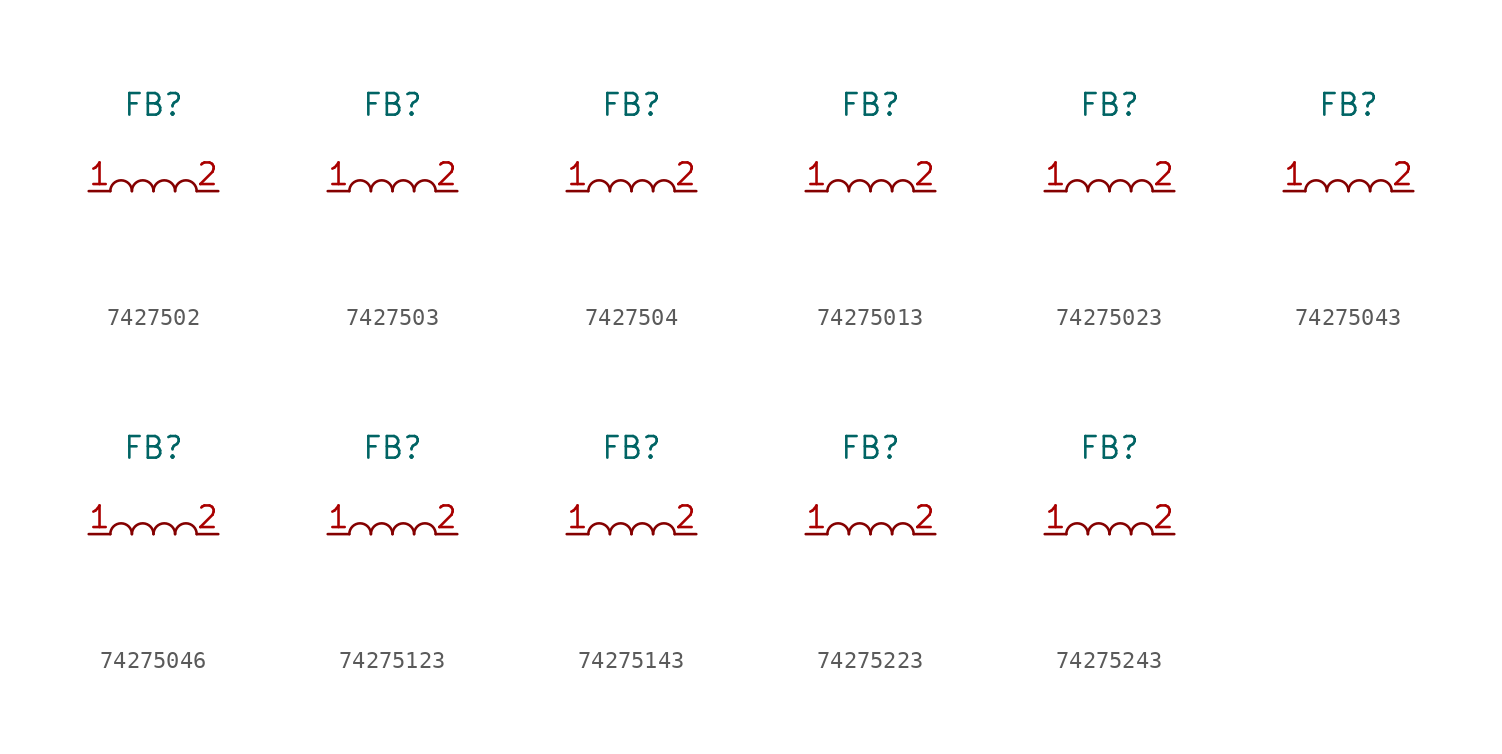
<source format=kicad_sym>
(kicad_symbol_lib
  (version 20220914)
  (generator kicad_symbol_editor)
  (symbol "7427502"
    (pin_names hide)
    (property "Reference" "FB"
      (at 0 5.08 0)
      (effects (font (size 1.27 1.27))))
    (property "Critical Parameter" ""
      (at 0 -5.08 0)
      (effects (font (size 1.27 1.27)) (justify left)))
    (symbol "7427502_0_1"
      (arc (start -1.27 0) (mid -1.905 0.6323) (end -2.54 0) (stroke (width 0) (type default)) (fill (type none)))
      (arc (start 0 0) (mid -0.635 0.6323) (end -1.27 0) (stroke (width 0) (type default)) (fill (type none)))
      (arc (start 1.27 0) (mid 0.635 0.6323) (end 0 0) (stroke (width 0) (type default)) (fill (type none)))
      (arc (start 2.54 0) (mid 1.905 0.6323) (end 1.27 0) (stroke (width 0) (type default)) (fill (type none))))
    (symbol "7427502_1_1"
      (pin passive line (at -3.81 0 0) (length 1.27) (name "1" (effects (font (size 1.27 1.27)))) (number "1" (effects (font (size 1.27 1.27)))))
      (pin passive line (at 3.81 0 180) (length 1.27) (name "2" (effects (font (size 1.27 1.27)))) (number "2" (effects (font (size 1.27 1.27)))))))
  (symbol "7427503"
    (pin_names hide)
    (property "Reference" "FB"
      (at 0 5.08 0)
      (effects (font (size 1.27 1.27))))
    (property "Critical Parameter" ""
      (at 0 -5.08 0)
      (effects (font (size 1.27 1.27)) (justify left)))
    (symbol "7427503_0_1"
      (arc (start -1.27 0) (mid -1.905 0.6323) (end -2.54 0) (stroke (width 0) (type default)) (fill (type none)))
      (arc (start 0 0) (mid -0.635 0.6323) (end -1.27 0) (stroke (width 0) (type default)) (fill (type none)))
      (arc (start 1.27 0) (mid 0.635 0.6323) (end 0 0) (stroke (width 0) (type default)) (fill (type none)))
      (arc (start 2.54 0) (mid 1.905 0.6323) (end 1.27 0) (stroke (width 0) (type default)) (fill (type none))))
    (symbol "7427503_1_1"
      (pin passive line (at -3.81 0 0) (length 1.27) (name "1" (effects (font (size 1.27 1.27)))) (number "1" (effects (font (size 1.27 1.27)))))
      (pin passive line (at 3.81 0 180) (length 1.27) (name "2" (effects (font (size 1.27 1.27)))) (number "2" (effects (font (size 1.27 1.27)))))))
  (symbol "7427504"
    (pin_names hide)
    (property "Reference" "FB"
      (at 0 5.08 0)
      (effects (font (size 1.27 1.27))))
    (property "Critical Parameter" ""
      (at 0 -5.08 0)
      (effects (font (size 1.27 1.27)) (justify left)))
    (symbol "7427504_0_1"
      (arc (start -1.27 0) (mid -1.905 0.6323) (end -2.54 0) (stroke (width 0) (type default)) (fill (type none)))
      (arc (start 0 0) (mid -0.635 0.6323) (end -1.27 0) (stroke (width 0) (type default)) (fill (type none)))
      (arc (start 1.27 0) (mid 0.635 0.6323) (end 0 0) (stroke (width 0) (type default)) (fill (type none)))
      (arc (start 2.54 0) (mid 1.905 0.6323) (end 1.27 0) (stroke (width 0) (type default)) (fill (type none))))
    (symbol "7427504_1_1"
      (pin passive line (at -3.81 0 0) (length 1.27) (name "1" (effects (font (size 1.27 1.27)))) (number "1" (effects (font (size 1.27 1.27)))))
      (pin passive line (at 3.81 0 180) (length 1.27) (name "2" (effects (font (size 1.27 1.27)))) (number "2" (effects (font (size 1.27 1.27)))))))
  (symbol "74275013"
    (pin_names hide)
    (property "Reference" "FB"
      (at 0 5.08 0)
      (effects (font (size 1.27 1.27))))
    (property "Critical Parameter" ""
      (at 0 -5.08 0)
      (effects (font (size 1.27 1.27)) (justify left)))
    (symbol "74275013_0_1"
      (arc (start -1.27 0) (mid -1.905 0.6323) (end -2.54 0) (stroke (width 0) (type default)) (fill (type none)))
      (arc (start 0 0) (mid -0.635 0.6323) (end -1.27 0) (stroke (width 0) (type default)) (fill (type none)))
      (arc (start 1.27 0) (mid 0.635 0.6323) (end 0 0) (stroke (width 0) (type default)) (fill (type none)))
      (arc (start 2.54 0) (mid 1.905 0.6323) (end 1.27 0) (stroke (width 0) (type default)) (fill (type none))))
    (symbol "74275013_1_1"
      (pin passive line (at -3.81 0 0) (length 1.27) (name "1" (effects (font (size 1.27 1.27)))) (number "1" (effects (font (size 1.27 1.27)))))
      (pin passive line (at 3.81 0 180) (length 1.27) (name "2" (effects (font (size 1.27 1.27)))) (number "2" (effects (font (size 1.27 1.27)))))))
  (symbol "74275023"
    (pin_names hide)
    (property "Reference" "FB"
      (at 0 5.08 0)
      (effects (font (size 1.27 1.27))))
    (property "Critical Parameter" ""
      (at 0 -5.08 0)
      (effects (font (size 1.27 1.27)) (justify left)))
    (symbol "74275023_0_1"
      (arc (start -1.27 0) (mid -1.905 0.6323) (end -2.54 0) (stroke (width 0) (type default)) (fill (type none)))
      (arc (start 0 0) (mid -0.635 0.6323) (end -1.27 0) (stroke (width 0) (type default)) (fill (type none)))
      (arc (start 1.27 0) (mid 0.635 0.6323) (end 0 0) (stroke (width 0) (type default)) (fill (type none)))
      (arc (start 2.54 0) (mid 1.905 0.6323) (end 1.27 0) (stroke (width 0) (type default)) (fill (type none))))
    (symbol "74275023_1_1"
      (pin passive line (at -3.81 0 0) (length 1.27) (name "1" (effects (font (size 1.27 1.27)))) (number "1" (effects (font (size 1.27 1.27)))))
      (pin passive line (at 3.81 0 180) (length 1.27) (name "2" (effects (font (size 1.27 1.27)))) (number "2" (effects (font (size 1.27 1.27)))))))
  (symbol "74275043"
    (pin_names hide)
    (property "Reference" "FB"
      (at 0 5.08 0)
      (effects (font (size 1.27 1.27))))
    (property "Critical Parameter" ""
      (at 0 -5.08 0)
      (effects (font (size 1.27 1.27)) (justify left)))
    (symbol "74275043_0_1"
      (arc (start -1.27 0) (mid -1.905 0.6323) (end -2.54 0) (stroke (width 0) (type default)) (fill (type none)))
      (arc (start 0 0) (mid -0.635 0.6323) (end -1.27 0) (stroke (width 0) (type default)) (fill (type none)))
      (arc (start 1.27 0) (mid 0.635 0.6323) (end 0 0) (stroke (width 0) (type default)) (fill (type none)))
      (arc (start 2.54 0) (mid 1.905 0.6323) (end 1.27 0) (stroke (width 0) (type default)) (fill (type none))))
    (symbol "74275043_1_1"
      (pin passive line (at -3.81 0 0) (length 1.27) (name "1" (effects (font (size 1.27 1.27)))) (number "1" (effects (font (size 1.27 1.27)))))
      (pin passive line (at 3.81 0 180) (length 1.27) (name "2" (effects (font (size 1.27 1.27)))) (number "2" (effects (font (size 1.27 1.27)))))))
  (symbol "74275046"
    (pin_names hide)
    (property "Reference" "FB"
      (at 0 5.08 0)
      (effects (font (size 1.27 1.27))))
    (property "Critical Parameter" ""
      (at 0 -5.08 0)
      (effects (font (size 1.27 1.27)) (justify left)))
    (symbol "74275046_0_1"
      (arc (start -1.27 0) (mid -1.905 0.6323) (end -2.54 0) (stroke (width 0) (type default)) (fill (type none)))
      (arc (start 0 0) (mid -0.635 0.6323) (end -1.27 0) (stroke (width 0) (type default)) (fill (type none)))
      (arc (start 1.27 0) (mid 0.635 0.6323) (end 0 0) (stroke (width 0) (type default)) (fill (type none)))
      (arc (start 2.54 0) (mid 1.905 0.6323) (end 1.27 0) (stroke (width 0) (type default)) (fill (type none))))
    (symbol "74275046_1_1"
      (pin passive line (at -3.81 0 0) (length 1.27) (name "1" (effects (font (size 1.27 1.27)))) (number "1" (effects (font (size 1.27 1.27)))))
      (pin passive line (at 3.81 0 180) (length 1.27) (name "2" (effects (font (size 1.27 1.27)))) (number "2" (effects (font (size 1.27 1.27)))))))
  (symbol "74275123"
    (pin_names hide)
    (property "Reference" "FB"
      (at 0 5.08 0)
      (effects (font (size 1.27 1.27))))
    (property "Critical Parameter" ""
      (at 0 -5.08 0)
      (effects (font (size 1.27 1.27)) (justify left)))
    (symbol "74275123_0_1"
      (arc (start -1.27 0) (mid -1.905 0.6323) (end -2.54 0) (stroke (width 0) (type default)) (fill (type none)))
      (arc (start 0 0) (mid -0.635 0.6323) (end -1.27 0) (stroke (width 0) (type default)) (fill (type none)))
      (arc (start 1.27 0) (mid 0.635 0.6323) (end 0 0) (stroke (width 0) (type default)) (fill (type none)))
      (arc (start 2.54 0) (mid 1.905 0.6323) (end 1.27 0) (stroke (width 0) (type default)) (fill (type none))))
    (symbol "74275123_1_1"
      (pin passive line (at -3.81 0 0) (length 1.27) (name "1" (effects (font (size 1.27 1.27)))) (number "1" (effects (font (size 1.27 1.27)))))
      (pin passive line (at 3.81 0 180) (length 1.27) (name "2" (effects (font (size 1.27 1.27)))) (number "2" (effects (font (size 1.27 1.27)))))))
  (symbol "74275143"
    (pin_names hide)
    (property "Reference" "FB"
      (at 0 5.08 0)
      (effects (font (size 1.27 1.27))))
    (property "Critical Parameter" ""
      (at 0 -5.08 0)
      (effects (font (size 1.27 1.27)) (justify left)))
    (symbol "74275143_0_1"
      (arc (start -1.27 0) (mid -1.905 0.6323) (end -2.54 0) (stroke (width 0) (type default)) (fill (type none)))
      (arc (start 0 0) (mid -0.635 0.6323) (end -1.27 0) (stroke (width 0) (type default)) (fill (type none)))
      (arc (start 1.27 0) (mid 0.635 0.6323) (end 0 0) (stroke (width 0) (type default)) (fill (type none)))
      (arc (start 2.54 0) (mid 1.905 0.6323) (end 1.27 0) (stroke (width 0) (type default)) (fill (type none))))
    (symbol "74275143_1_1"
      (pin passive line (at -3.81 0 0) (length 1.27) (name "1" (effects (font (size 1.27 1.27)))) (number "1" (effects (font (size 1.27 1.27)))))
      (pin passive line (at 3.81 0 180) (length 1.27) (name "2" (effects (font (size 1.27 1.27)))) (number "2" (effects (font (size 1.27 1.27)))))))
  (symbol "74275223"
    (pin_names hide)
    (property "Reference" "FB"
      (at 0 5.08 0)
      (effects (font (size 1.27 1.27))))
    (property "Critical Parameter" ""
      (at 0 -5.08 0)
      (effects (font (size 1.27 1.27)) (justify left)))
    (symbol "74275223_0_1"
      (arc (start -1.27 0) (mid -1.905 0.6323) (end -2.54 0) (stroke (width 0) (type default)) (fill (type none)))
      (arc (start 0 0) (mid -0.635 0.6323) (end -1.27 0) (stroke (width 0) (type default)) (fill (type none)))
      (arc (start 1.27 0) (mid 0.635 0.6323) (end 0 0) (stroke (width 0) (type default)) (fill (type none)))
      (arc (start 2.54 0) (mid 1.905 0.6323) (end 1.27 0) (stroke (width 0) (type default)) (fill (type none))))
    (symbol "74275223_1_1"
      (pin passive line (at -3.81 0 0) (length 1.27) (name "1" (effects (font (size 1.27 1.27)))) (number "1" (effects (font (size 1.27 1.27)))))
      (pin passive line (at 3.81 0 180) (length 1.27) (name "2" (effects (font (size 1.27 1.27)))) (number "2" (effects (font (size 1.27 1.27)))))))
  (symbol "74275243"
    (pin_names hide)
    (property "Reference" "FB"
      (at 0 5.08 0)
      (effects (font (size 1.27 1.27))))
    (property "Critical Parameter" ""
      (at 0 -5.08 0)
      (effects (font (size 1.27 1.27)) (justify left)))
    (symbol "74275243_0_1"
      (arc (start -1.27 0) (mid -1.905 0.6323) (end -2.54 0) (stroke (width 0) (type default)) (fill (type none)))
      (arc (start 0 0) (mid -0.635 0.6323) (end -1.27 0) (stroke (width 0) (type default)) (fill (type none)))
      (arc (start 1.27 0) (mid 0.635 0.6323) (end 0 0) (stroke (width 0) (type default)) (fill (type none)))
      (arc (start 2.54 0) (mid 1.905 0.6323) (end 1.27 0) (stroke (width 0) (type default)) (fill (type none))))
    (symbol "74275243_1_1"
      (pin passive line (at -3.81 0 0) (length 1.27) (name "1" (effects (font (size 1.27 1.27)))) (number "1" (effects (font (size 1.27 1.27)))))
      (pin passive line (at 3.81 0 180) (length 1.27) (name "2" (effects (font (size 1.27 1.27)))) (number "2" (effects (font (size 1.27 1.27))))))))
</source>
